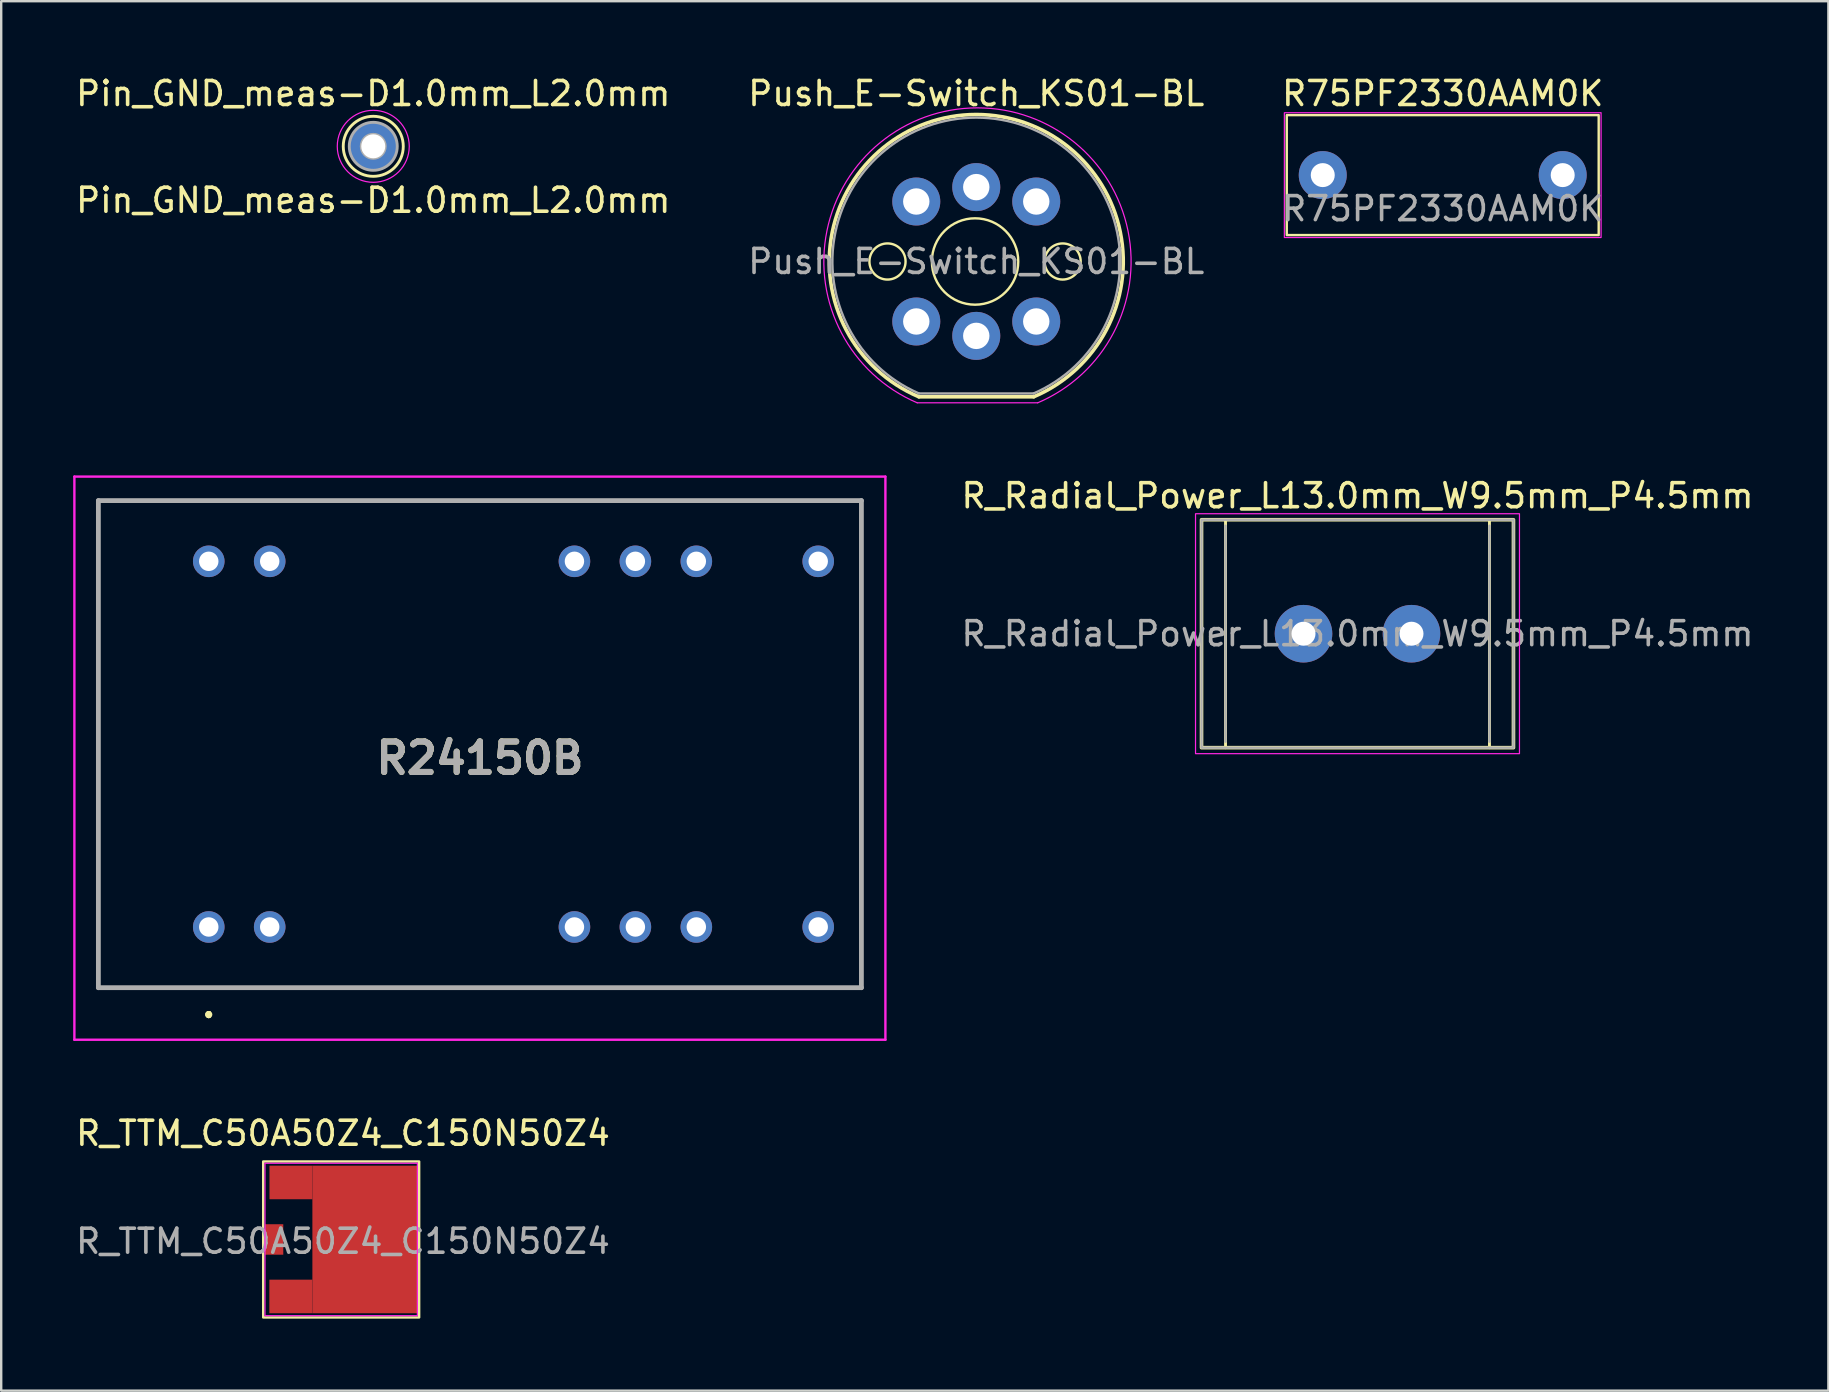
<source format=kicad_pcb>
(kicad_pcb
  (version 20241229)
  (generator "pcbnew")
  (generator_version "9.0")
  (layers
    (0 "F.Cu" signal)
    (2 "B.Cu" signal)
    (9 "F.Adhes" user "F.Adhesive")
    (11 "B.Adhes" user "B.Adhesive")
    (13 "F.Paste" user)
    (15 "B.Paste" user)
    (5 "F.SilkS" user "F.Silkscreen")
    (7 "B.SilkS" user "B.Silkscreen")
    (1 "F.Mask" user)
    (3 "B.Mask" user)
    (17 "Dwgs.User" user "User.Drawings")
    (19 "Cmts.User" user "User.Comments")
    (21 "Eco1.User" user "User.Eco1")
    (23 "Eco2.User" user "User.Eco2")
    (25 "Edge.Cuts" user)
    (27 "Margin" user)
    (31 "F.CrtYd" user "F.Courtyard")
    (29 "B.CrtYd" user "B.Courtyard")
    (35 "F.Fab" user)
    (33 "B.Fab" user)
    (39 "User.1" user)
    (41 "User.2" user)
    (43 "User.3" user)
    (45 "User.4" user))
  (footprint "R_Radial_Power_L13.0mm_W9.5mm_P4.5mm"
    (layer "F.Cu")
    (at 51.025 23.361)
    (property "Reference" "R_Radial_Power_L13.0mm_W9.5mm_P4.5mm" (at 2.5 -5.75 0) (layer "F.SilkS") (effects (font (size 1 1) (thickness 0.15))))
    (attr through_hole)
    (fp_line (start -3 -4.75) (end -3 4.75) (stroke (width 0.12) (type solid)) (layer "F.SilkS"))
    (fp_line (start 8 -4.75) (end 8 4.75) (stroke (width 0.12) (type solid)) (layer "F.SilkS"))
    (fp_rect (start -4 -4.75) (end 9 4.75) (stroke (width 0.15) (type default)) (fill no) (layer "F.SilkS"))
    (fp_rect (start -4.25 -5) (end 9.25 5) (stroke (width 0.05) (type solid)) (fill no) (layer "F.CrtYd"))
    (fp_line (start -3 -4.5) (end -3 4.5) (stroke (width 0.1) (type solid)) (layer "F.Fab"))
    (fp_line (start 8 -4.5) (end 8 4.5) (stroke (width 0.1) (type solid)) (layer "F.Fab"))
    (fp_rect (start -4 -4.75) (end 9 4.75) (stroke (width 0.1) (type solid)) (fill no) (layer "F.Fab"))
    (fp_text user "${REFERENCE}" (at 2.5 0 0) (layer "F.Fab") (effects (font (size 1 1) (thickness 0.15))))
    (pad "1" thru_hole circle (at 0.25 0) (size 2.4 2.4) (drill 1) (layers "*.Cu" "*.Mask"))
    (pad "2" thru_hole circle (at 4.75 0) (size 2.4 2.4) (drill 1) (layers "*.Cu" "*.Mask")))
  (footprint "Push_E-Switch_KS01-BL"
    (layer "F.Cu")
    (at 37.587 7.848)
    (property "Reference" "Push_E-Switch_KS01-BL" (at 0.05 -7 0) (layer "F.SilkS") (effects (font (size 1 1) (thickness 0.15))))
    (attr through_hole)
    (fp_line (start 2.44 5.64) (end -2.34 5.64) (stroke (width 0.15) (type solid)) (layer "F.SilkS"))
    (fp_arc (start -2.34 5.64) (mid 0.046283 -6.125495) (end 2.446843 5.637095) (stroke (width 0.15) (type solid)) (layer "F.SilkS"))
    (fp_circle (center -3.65 0) (end -2.897 0) (stroke (width 0.1) (type default)) (fill no) (layer "F.SilkS"))
    (fp_circle (center 0 0) (end 1.8 0) (stroke (width 0.1) (type default)) (fill no) (layer "F.SilkS"))
    (fp_circle (center 3.65 0) (end 4.402 0) (stroke (width 0.1) (type default)) (fill no) (layer "F.SilkS"))
    (fp_line (start -2.41 5.89) (end 2.61 5.89) (stroke (width 0.05) (type solid)) (layer "F.CrtYd"))
    (fp_arc (start -2.41 5.89) (mid 0.1 -6.402515) (end 2.61 5.89) (stroke (width 0.05) (type solid)) (layer "F.CrtYd"))
    (fp_line (start -2.34 5.5) (end 2.44 5.5) (stroke (width 0.1) (type solid)) (layer "F.Fab"))
    (fp_arc (start -2.34 5.5) (mid 0.048654 -5.996841) (end 2.442469 5.498926) (stroke (width 0.1) (type solid)) (layer "F.Fab"))
    (fp_text user "${REFERENCE}" (at 0.05 0 0) (layer "F.Fab") (effects (font (size 1 1) (thickness 0.15))))
    (pad "1" thru_hole circle (at 2.55 -2.5) (size 2 2) (drill 1.1) (layers "*.Cu" "*.Mask"))
    (pad "2" thru_hole circle (at 2.55 2.5) (size 2 2) (drill 1.1) (layers "*.Cu" "*.Mask"))
    (pad "3" thru_hole circle (at -2.45 -2.5) (size 2 2) (drill 1.1) (layers "*.Cu" "*.Mask"))
    (pad "4" thru_hole circle (at -2.45 2.5) (size 2 2) (drill 1.1) (layers "*.Cu" "*.Mask"))
    (pad "5" thru_hole circle (at 0.05 -3.1) (size 2 2) (drill 1.1) (layers "*.Cu" "*.Mask"))
    (pad "6" thru_hole circle (at 0.05 3.1) (size 2 2) (drill 1.1) (layers "*.Cu" "*.Mask")))
  (footprint "R_TTM_C50A50Z4_C150N50Z4"
    (layer "F.Cu")
    (at 7.994 48.606)
    (property "Reference" "R_TTM_C50A50Z4_C150N50Z4" (at 3.25 -4.425 0) (layer "F.SilkS") (effects (font (size 1 1) (thickness 0.15))))
    (attr smd)
    (fp_rect (start -0.075 -3.25) (end 6.425 3.25) (stroke (width 0.1) (type default)) (fill no) (layer "F.SilkS"))
    (fp_line (start 0 -3.175) (end 0 3.175) (stroke (width 0.05) (type solid)) (layer "F.CrtYd"))
    (fp_line (start 0 -3.175) (end 6.35 -3.175) (stroke (width 0.05) (type solid)) (layer "F.CrtYd"))
    (fp_line (start 0 3.175) (end 6.35 3.175) (stroke (width 0.05) (type solid)) (layer "F.CrtYd"))
    (fp_line (start 6.35 -3.175) (end 6.35 3.175) (stroke (width 0.05) (type solid)) (layer "F.CrtYd"))
    (fp_text user "${REFERENCE}" (at 3.25 0.075 0) (layer "F.Fab") (effects (font (size 1 1) (thickness 0.15))))
    (pad "1" smd rect (at 0.381 0) (size 0.762 1.27) (layers "F.Cu" "F.Mask" "F.Paste"))
    (pad "2" smd rect (at 1.078 2.375) (size 1.794 1.399) (layers "F.Cu" "F.Mask" "F.Paste"))
    (pad "2" smd rect (at 1.081 -2.376) (size 1.789 1.399) (layers "F.Cu" "F.Mask" "F.Paste"))
    (pad "2" smd rect (at 4.16 0) (size 4.37 6.15) (layers "F.Cu" "F.Mask" "F.Paste")))
  (footprint "R75PF2330AAM0K"
    (layer "F.Cu")
    (at 57.077 4.248)
    (property "Reference" "R75PF2330AAM0K" (at 0 -3.4 0) (layer "F.SilkS") (effects (font (size 1 1) (thickness 0.15))))
    (attr through_hole)
    (fp_rect (start -6.5 -2.5) (end 6.5 2.5) (stroke (width 0.1) (type default)) (fill no) (layer "F.SilkS"))
    (fp_rect (start -6.6 -2.6) (end 6.6 2.6) (stroke (width 0.05) (type default)) (fill no) (layer "F.CrtYd"))
    (fp_text user "${REFERENCE}" (at 0 1.4 0) (layer "F.Fab") (effects (font (size 1 1) (thickness 0.15))))
    (pad "1" thru_hole circle (at -5 0) (size 2 2) (drill 1) (layers "*.Cu" "*.Mask"))
    (pad "2" thru_hole circle (at 5 0) (size 2 2) (drill 1) (layers "*.Cu" "*.Mask")))
  (footprint "Pin_GND_meas-D1.0mm_L2.0mm"
    (layer "F.Cu")
    (at 12.506 3.048)
    (property "Reference" "Pin_GND_meas-D1.0mm_L2.0mm" (at 0 -2.2 0) (layer "F.SilkS") (effects (font (size 1 1) (thickness 0.15))))
    (property "Value" "Pin_GND_meas-D1.0mm_L2.0mm" (at 0 -2.05 0) (layer "F.Fab") (hide yes) (effects (font (size 1 1) (thickness 0.15))))
    (attr through_hole)
    (fp_circle (center 0 0) (end 1.25 0.05) (stroke (width 0.12) (type solid)) (fill no) (layer "F.SilkS"))
    (fp_circle (center 0 0) (end 1.5 0) (stroke (width 0.05) (type solid)) (fill no) (layer "F.CrtYd"))
    (fp_circle (center 0 0) (end 0.5 0) (stroke (width 0.12) (type solid)) (fill no) (layer "F.Fab"))
    (fp_circle (center 0 0) (end 1 0) (stroke (width 0.12) (type solid)) (fill no) (layer "F.Fab"))
    (fp_text user "${VALUE}" (at 0 2.25 0) (layer "F.SilkS") (effects (font (size 1 1) (thickness 0.15))))
    (pad "1" thru_hole circle (at 0 0) (size 2 2) (drill 1) (layers "*.Cu" "*.Mask")))
  (footprint "R24150B"
    (layer "F.Cu")
    (at 5.65 35.583)
    (property "Reference" "R24150B" (at 11.3 -7.035 0) (layer "F.SilkS") (effects (font (size 1.27 1.27) (thickness 0.254))))
    (attr through_hole)
    (fp_line (start -4.6 -17.77) (end 27.2 -17.77) (stroke (width 0.1) (type solid)) (layer "F.SilkS"))
    (fp_line (start -4.6 2.53) (end -4.6 -17.77) (stroke (width 0.1) (type solid)) (layer "F.SilkS"))
    (fp_line (start 0 3.6) (end 0 3.6) (stroke (width 0.2) (type solid)) (layer "F.SilkS"))
    (fp_line (start 0 3.6) (end 0 3.6) (stroke (width 0.2) (type solid)) (layer "F.SilkS"))
    (fp_line (start 0 3.7) (end 0 3.7) (stroke (width 0.2) (type solid)) (layer "F.SilkS"))
    (fp_line (start 27.2 -17.77) (end 27.2 2.53) (stroke (width 0.1) (type solid)) (layer "F.SilkS"))
    (fp_line (start 27.2 2.53) (end -4.6 2.53) (stroke (width 0.1) (type solid)) (layer "F.SilkS"))
    (fp_arc (start 0 3.6) (mid 0.05 3.65) (end 0 3.7) (stroke (width 0.2) (type solid)) (layer "F.SilkS"))
    (fp_arc (start 0 3.7) (mid -0.05 3.65) (end 0 3.6) (stroke (width 0.2) (type solid)) (layer "F.SilkS"))
    (fp_arc (start 0 3.7) (mid -0.05 3.65) (end 0 3.6) (stroke (width 0.2) (type solid)) (layer "F.SilkS"))
    (fp_line (start -5.6 -18.77) (end 28.2 -18.77) (stroke (width 0.1) (type solid)) (layer "F.CrtYd"))
    (fp_line (start -5.6 4.7) (end -5.6 -18.77) (stroke (width 0.1) (type solid)) (layer "F.CrtYd"))
    (fp_line (start 28.2 -18.77) (end 28.2 4.7) (stroke (width 0.1) (type solid)) (layer "F.CrtYd"))
    (fp_line (start 28.2 4.7) (end -5.6 4.7) (stroke (width 0.1) (type solid)) (layer "F.CrtYd"))
    (fp_line (start -4.6 -17.77) (end -4.6 2.53) (stroke (width 0.2) (type solid)) (layer "F.Fab"))
    (fp_line (start -4.6 2.53) (end 27.2 2.53) (stroke (width 0.2) (type solid)) (layer "F.Fab"))
    (fp_line (start 27.2 -17.77) (end -4.6 -17.77) (stroke (width 0.2) (type solid)) (layer "F.Fab"))
    (fp_line (start 27.2 2.53) (end 27.2 -17.77) (stroke (width 0.2) (type solid)) (layer "F.Fab"))
    (fp_text user "${REFERENCE}" (at 11.3 -7.035 0) (layer "F.Fab") (effects (font (size 1.27 1.27) (thickness 0.254))))
    (pad "2" thru_hole circle (at 0 0) (size 1.316 1.316) (drill 0.81) (layers "*.Cu" "*.Mask"))
    (pad "3" thru_hole circle (at 2.54 0) (size 1.316 1.316) (drill 0.81) (layers "*.Cu" "*.Mask"))
    (pad "8" thru_hole circle (at 15.24 0) (size 1.316 1.316) (drill 0.81) (layers "*.Cu" "*.Mask"))
    (pad "9" thru_hole circle (at 17.78 0) (size 1.316 1.316) (drill 0.81) (layers "*.Cu" "*.Mask"))
    (pad "10" thru_hole circle (at 20.32 0) (size 1.316 1.316) (drill 0.81) (layers "*.Cu" "*.Mask"))
    (pad "12" thru_hole circle (at 25.4 0) (size 1.316 1.316) (drill 0.81) (layers "*.Cu" "*.Mask"))
    (pad "13" thru_hole circle (at 25.4 -15.24) (size 1.316 1.316) (drill 0.81) (layers "*.Cu" "*.Mask"))
    (pad "15" thru_hole circle (at 20.32 -15.24) (size 1.316 1.316) (drill 0.81) (layers "*.Cu" "*.Mask"))
    (pad "16" thru_hole circle (at 17.78 -15.24) (size 1.316 1.316) (drill 0.81) (layers "*.Cu" "*.Mask"))
    (pad "17" thru_hole circle (at 15.24 -15.24) (size 1.316 1.316) (drill 0.81) (layers "*.Cu" "*.Mask"))
    (pad "22" thru_hole circle (at 2.54 -15.24) (size 1.316 1.316) (drill 0.81) (layers "*.Cu" "*.Mask"))
    (pad "23" thru_hole circle (at 0 -15.24) (size 1.316 1.316) (drill 0.81) (layers "*.Cu" "*.Mask")))
  (gr_rect
    (start -3 -3)
    (end 73.15 54.907)
    (stroke (width 0.1) (type default))
    (fill no)
    (layer "Edge.Cuts")))
</source>
